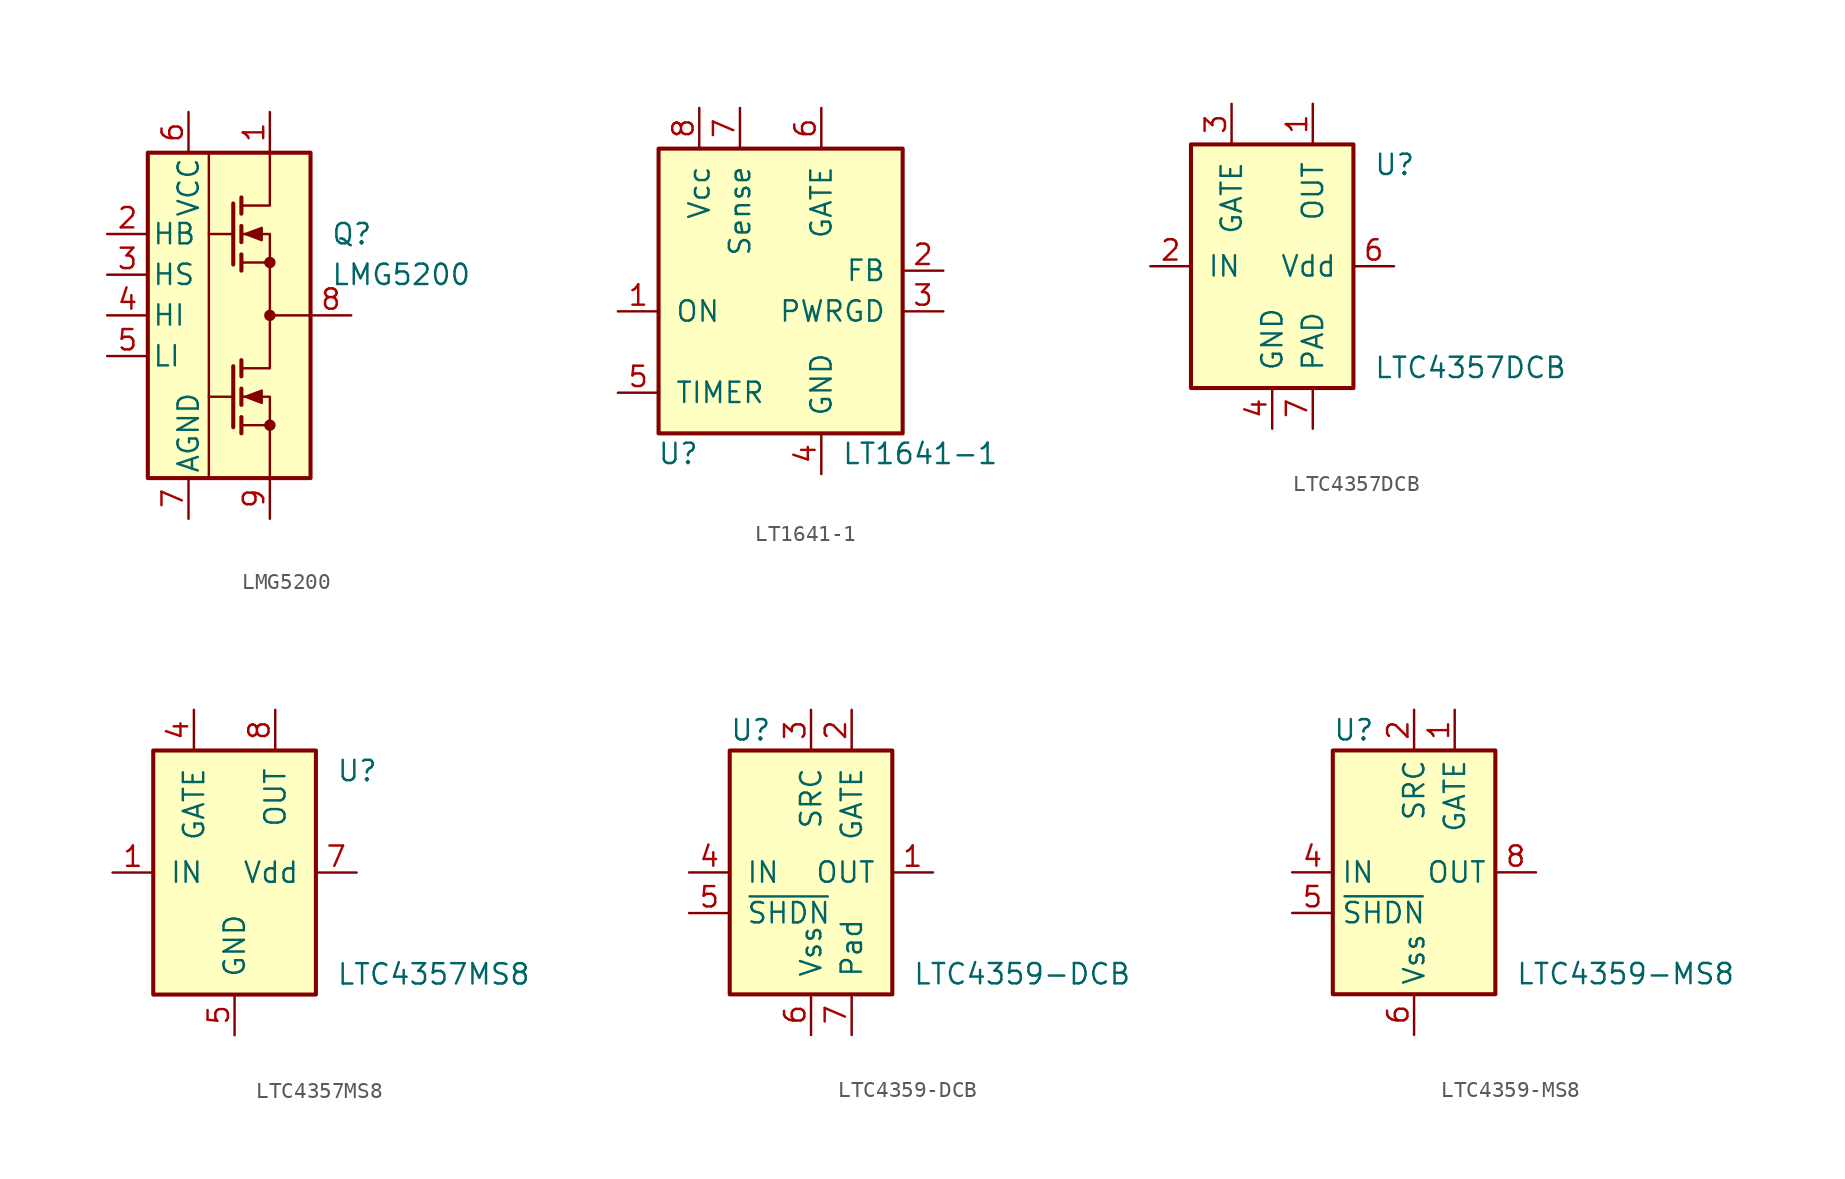
<source format=kicad_sym>
(kicad_symbol_lib
  (version 20241209)
  (generator "kicad_symbol_editor")
  (generator_version "9.0")
  (symbol "LMG5200"
    (pin_names
      (offset 0.254))
    (property "Reference" "Q"
      (at 6.35 5.08 0)
      (effects (font (size 1.27 1.27)) (justify left)))
    (property "Value" "LMG5200"
      (at 6.35 2.54 0)
      (effects (font (size 1.27 1.27)) (justify left)))
    (symbol "LMG5200_0_1"
      (rectangle (start -5.08 10.16) (end 5.08 -10.16) (stroke (width 0.254) (type default)) (fill (type background)))
      (polyline (pts (xy -1.27 10.16) (xy -1.27 -10.16)) (stroke (width 0) (type default)) (fill (type none)))
      (polyline (pts (xy -1.27 5.08) (xy 0.254 5.08)) (stroke (width 0) (type default)) (fill (type none)))
      (polyline (pts (xy -1.27 -5.08) (xy 0.254 -5.08)) (stroke (width 0) (type default)) (fill (type none)))
      (polyline (pts (xy 0.254 6.985) (xy 0.254 3.175) (xy 0.254 3.175)) (stroke (width 0.254) (type default)) (fill (type none)))
      (polyline (pts (xy 0.254 -3.175) (xy 0.254 -6.985) (xy 0.254 -6.985)) (stroke (width 0.254) (type default)) (fill (type none)))
      (polyline (pts (xy 0.762 7.366) (xy 0.762 6.35)) (stroke (width 0.254) (type default)) (fill (type none)))
      (polyline (pts (xy 0.762 6.858) (xy 2.54 6.858) (xy 2.54 10.16)) (stroke (width 0) (type default)) (fill (type none)))
      (polyline (pts (xy 0.762 5.588) (xy 0.762 4.572)) (stroke (width 0.254) (type default)) (fill (type none)))
      (polyline (pts (xy 0.762 5.08) (xy 2.54 5.08) (xy 2.54 -3.302) (xy 0.762 -3.302)) (stroke (width 0) (type default)) (fill (type none)))
      (polyline (pts (xy 0.762 3.81) (xy 0.762 2.794)) (stroke (width 0.254) (type default)) (fill (type none)))
      (polyline (pts (xy 0.762 3.302) (xy 2.54 3.302)) (stroke (width 0) (type default)) (fill (type none)))
      (polyline (pts (xy 0.762 -2.794) (xy 0.762 -3.81)) (stroke (width 0.254) (type default)) (fill (type none)))
      (polyline (pts (xy 0.762 -4.572) (xy 0.762 -5.588)) (stroke (width 0.254) (type default)) (fill (type none)))
      (polyline (pts (xy 0.762 -6.35) (xy 0.762 -7.366)) (stroke (width 0.254) (type default)) (fill (type none)))
      (polyline (pts (xy 0.762 -6.858) (xy 2.54 -6.858)) (stroke (width 0) (type default)) (fill (type none)))
      (polyline (pts (xy 1.016 5.08) (xy 2.032 5.461) (xy 2.032 4.699) (xy 1.016 5.08)) (stroke (width 0) (type default)) (fill (type outline)))
      (polyline (pts (xy 1.016 -5.08) (xy 2.032 -4.699) (xy 2.032 -5.461) (xy 1.016 -5.08)) (stroke (width 0) (type default)) (fill (type outline)))
      (circle (center 2.54 3.302) (radius 0.279) (stroke (width 0) (type default)) (fill (type outline)))
      (circle (center 2.54 0) (radius 0.279) (stroke (width 0) (type default)) (fill (type outline)))
      (circle (center 2.54 -6.858) (radius 0.279) (stroke (width 0) (type default)) (fill (type outline)))
      (polyline (pts (xy 2.54 -10.16) (xy 2.54 -5.08) (xy 0.762 -5.08)) (stroke (width 0) (type default)) (fill (type none)))
      (polyline (pts (xy 5.08 0) (xy 2.54 0)) (stroke (width 0) (type default)) (fill (type none))))
    (symbol "LMG5200_1_1"
      (pin passive line (at -7.62 5.08 0) (length 2.54) (name "HB" (effects (font (size 1.27 1.27)))) (number "2" (effects (font (size 1.27 1.27)))))
      (pin passive line (at -7.62 2.54 0) (length 2.54) (name "HS" (effects (font (size 1.27 1.27)))) (number "3" (effects (font (size 1.27 1.27)))))
      (pin input line (at -7.62 0 0) (length 2.54) (name "HI" (effects (font (size 1.27 1.27)))) (number "4" (effects (font (size 1.27 1.27)))))
      (pin input line (at -7.62 -2.54 0) (length 2.54) (name "LI" (effects (font (size 1.27 1.27)))) (number "5" (effects (font (size 1.27 1.27)))))
      (pin power_in line (at -2.54 12.7 270) (length 2.54) (name "VCC" (effects (font (size 1.27 1.27)))) (number "6" (effects (font (size 1.27 1.27)))))
      (pin power_in line (at -2.54 -12.7 90) (length 2.54) (name "AGND" (effects (font (size 1.27 1.27)))) (number "7" (effects (font (size 1.27 1.27)))))
      (pin passive line (at 2.54 12.7 270) (length 2.54) (name "~" (effects (font (size 1.27 1.27)))) (number "1" (effects (font (size 1.27 1.27)))))
      (pin passive line (at 2.54 -12.7 90) (length 2.54) (name "~" (effects (font (size 1.27 1.27)))) (number "9" (effects (font (size 1.27 1.27)))))
      (pin passive line (at 7.62 0 180) (length 2.54) (name "~" (effects (font (size 1.27 1.27)))) (number "8" (effects (font (size 1.27 1.27)))))))
  (symbol "LT1641-1"
    (pin_names
      (offset 1.016))
    (property "Reference" "U"
      (at -5.08 -11.43 0)
      (effects (font (size 1.27 1.27)) (justify right)))
    (property "Value" "LT1641-1"
      (at 3.81 -11.43 0)
      (effects (font (size 1.27 1.27)) (justify left)))
    (symbol "LT1641-1_0_1"
      (rectangle (start 7.62 7.62) (end -7.62 -10.16) (stroke (width 0.254) (type default)) (fill (type background))))
    (symbol "LT1641-1_1_0"
      (pin power_in line (at 2.54 -12.7 90) (length 2.54) (name "GND" (effects (font (size 1.27 1.27)))) (number "4" (effects (font (size 1.27 1.27))))))
    (symbol "LT1641-1_1_1"
      (pin input line (at -10.16 -2.54 0) (length 2.54) (name "ON" (effects (font (size 1.27 1.27)))) (number "1" (effects (font (size 1.27 1.27)))))
      (pin input line (at -10.16 -7.62 0) (length 2.54) (name "TIMER" (effects (font (size 1.27 1.27)))) (number "5" (effects (font (size 1.27 1.27)))))
      (pin power_in line (at -5.08 10.16 270) (length 2.54) (name "Vcc" (effects (font (size 1.27 1.27)))) (number "8" (effects (font (size 1.27 1.27)))))
      (pin input line (at -2.54 10.16 270) (length 2.54) (name "Sense" (effects (font (size 1.27 1.27)))) (number "7" (effects (font (size 1.27 1.27)))))
      (pin output line (at 2.54 10.16 270) (length 2.54) (name "GATE" (effects (font (size 1.27 1.27)))) (number "6" (effects (font (size 1.27 1.27)))))
      (pin input line (at 10.16 0 180) (length 2.54) (name "FB" (effects (font (size 1.27 1.27)))) (number "2" (effects (font (size 1.27 1.27)))))
      (pin open_collector line (at 10.16 -2.54 180) (length 2.54) (name "PWRGD" (effects (font (size 1.27 1.27)))) (number "3" (effects (font (size 1.27 1.27)))))))
  (symbol "LTC4357DCB"
    (pin_names
      (offset 1.016))
    (property "Reference" "U"
      (at 6.35 6.35 0)
      (effects (font (size 1.27 1.27)) (justify left)))
    (property "Value" "LTC4357DCB"
      (at 6.35 -6.35 0)
      (effects (font (size 1.27 1.27)) (justify left)))
    (symbol "LTC4357DCB_0_1"
      (rectangle (start -5.08 7.62) (end 5.08 -7.62) (stroke (width 0.254) (type default)) (fill (type background))))
    (symbol "LTC4357DCB_1_1"
      (pin input line (at -7.62 0 0) (length 2.54) (name "IN" (effects (font (size 1.27 1.27)))) (number "2" (effects (font (size 1.27 1.27)))))
      (pin no_connect line (at -5.08 -2.54 0) (length 2.54) (hide yes) (name "NC" (effects (font (size 1.27 1.27)))) (number "5" (effects (font (size 1.27 1.27)))))
      (pin output line (at -2.54 10.16 270) (length 2.54) (name "GATE" (effects (font (size 1.27 1.27)))) (number "3" (effects (font (size 1.27 1.27)))))
      (pin power_in line (at 0 -10.16 90) (length 2.54) (name "GND" (effects (font (size 1.27 1.27)))) (number "4" (effects (font (size 1.27 1.27)))))
      (pin input line (at 2.54 10.16 270) (length 2.54) (name "OUT" (effects (font (size 1.27 1.27)))) (number "1" (effects (font (size 1.27 1.27)))))
      (pin power_in line (at 2.54 -10.16 90) (length 2.54) (name "PAD" (effects (font (size 1.27 1.27)))) (number "7" (effects (font (size 1.27 1.27)))))
      (pin power_in line (at 7.62 0 180) (length 2.54) (name "Vdd" (effects (font (size 1.27 1.27)))) (number "6" (effects (font (size 1.27 1.27)))))))
  (symbol "LTC4357MS8"
    (pin_names
      (offset 1.016))
    (property "Reference" "U"
      (at 6.35 6.35 0)
      (effects (font (size 1.27 1.27)) (justify left)))
    (property "Value" "LTC4357MS8"
      (at 6.35 -6.35 0)
      (effects (font (size 1.27 1.27)) (justify left)))
    (symbol "LTC4357MS8_0_1"
      (rectangle (start -5.08 7.62) (end 5.08 -7.62) (stroke (width 0.254) (type default)) (fill (type background))))
    (symbol "LTC4357MS8_1_1"
      (pin input line (at -7.62 0 0) (length 2.54) (name "IN" (effects (font (size 1.27 1.27)))) (number "1" (effects (font (size 1.27 1.27)))))
      (pin no_connect line (at -5.08 -2.54 0) (length 2.54) (hide yes) (name "NC" (effects (font (size 1.27 1.27)))) (number "2" (effects (font (size 1.27 1.27)))))
      (pin no_connect line (at -5.08 -5.08 0) (length 2.54) (hide yes) (name "NC" (effects (font (size 1.27 1.27)))) (number "3" (effects (font (size 1.27 1.27)))))
      (pin output line (at -2.54 10.16 270) (length 2.54) (name "GATE" (effects (font (size 1.27 1.27)))) (number "4" (effects (font (size 1.27 1.27)))))
      (pin power_in line (at 0 -10.16 90) (length 2.54) (name "GND" (effects (font (size 1.27 1.27)))) (number "5" (effects (font (size 1.27 1.27)))))
      (pin input line (at 2.54 10.16 270) (length 2.54) (name "OUT" (effects (font (size 1.27 1.27)))) (number "8" (effects (font (size 1.27 1.27)))))
      (pin no_connect line (at 2.54 -7.62 90) (length 2.54) (hide yes) (name "NC" (effects (font (size 1.27 1.27)))) (number "6" (effects (font (size 1.27 1.27)))))
      (pin power_in line (at 7.62 0 180) (length 2.54) (name "Vdd" (effects (font (size 1.27 1.27)))) (number "7" (effects (font (size 1.27 1.27)))))))
  (symbol "LTC4359-DCB"
    (pin_names
      (offset 1.016))
    (property "Reference" "U"
      (at -5.08 8.89 0)
      (effects (font (size 1.27 1.27)) (justify left)))
    (property "Value" "LTC4359-DCB"
      (at 6.35 -6.35 0)
      (effects (font (size 1.27 1.27)) (justify left)))
    (symbol "LTC4359-DCB_0_1"
      (rectangle (start -5.08 7.62) (end 5.08 -7.62) (stroke (width 0.254) (type default)) (fill (type background))))
    (symbol "LTC4359-DCB_1_1"
      (pin power_in line (at -7.62 0 0) (length 2.54) (name "IN" (effects (font (size 1.27 1.27)))) (number "4" (effects (font (size 1.27 1.27)))))
      (pin input line (at -7.62 -2.54 0) (length 2.54) (name "~{SHDN}" (effects (font (size 1.27 1.27)))) (number "5" (effects (font (size 1.27 1.27)))))
      (pin input line (at 0 10.16 270) (length 2.54) (name "SRC" (effects (font (size 1.27 1.27)))) (number "3" (effects (font (size 1.27 1.27)))))
      (pin power_in line (at 0 -10.16 90) (length 2.54) (name "Vss" (effects (font (size 1.27 1.27)))) (number "6" (effects (font (size 1.27 1.27)))))
      (pin output line (at 2.54 10.16 270) (length 2.54) (name "GATE" (effects (font (size 1.27 1.27)))) (number "2" (effects (font (size 1.27 1.27)))))
      (pin power_in line (at 2.54 -10.16 90) (length 2.54) (name "Pad" (effects (font (size 1.27 1.27)))) (number "7" (effects (font (size 1.27 1.27)))))
      (pin input line (at 7.62 0 180) (length 2.54) (name "OUT" (effects (font (size 1.27 1.27)))) (number "1" (effects (font (size 1.27 1.27)))))))
  (symbol "LTC4359-MS8"
    (property "Reference" "U"
      (at -5.08 8.89 0)
      (effects (font (size 1.27 1.27)) (justify left)))
    (property "Value" "LTC4359-MS8"
      (at 6.35 -6.35 0)
      (effects (font (size 1.27 1.27)) (justify left)))
    (symbol "LTC4359-MS8_0_1"
      (rectangle (start -5.08 7.62) (end 5.08 -7.62) (stroke (width 0.254) (type default)) (fill (type background))))
    (symbol "LTC4359-MS8_1_1"
      (pin power_in line (at -7.62 0 0) (length 2.54) (name "IN" (effects (font (size 1.27 1.27)))) (number "4" (effects (font (size 1.27 1.27)))))
      (pin input line (at -7.62 -2.54 0) (length 2.54) (name "~{SHDN}" (effects (font (size 1.27 1.27)))) (number "5" (effects (font (size 1.27 1.27)))))
      (pin no_connect line (at -2.54 -7.62 90) (length 2.54) (hide yes) (name "NC" (effects (font (size 1.27 1.27)))) (number "3" (effects (font (size 1.27 1.27)))))
      (pin input line (at 0 10.16 270) (length 2.54) (name "SRC" (effects (font (size 1.27 1.27)))) (number "2" (effects (font (size 1.27 1.27)))))
      (pin power_in line (at 0 -10.16 90) (length 2.54) (name "Vss" (effects (font (size 1.27 1.27)))) (number "6" (effects (font (size 1.27 1.27)))))
      (pin output line (at 2.54 10.16 270) (length 2.54) (name "GATE" (effects (font (size 1.27 1.27)))) (number "1" (effects (font (size 1.27 1.27)))))
      (pin no_connect line (at 2.54 -7.62 90) (length 2.54) (hide yes) (name "NC" (effects (font (size 1.27 1.27)))) (number "7" (effects (font (size 1.27 1.27)))))
      (pin input line (at 7.62 0 180) (length 2.54) (name "OUT" (effects (font (size 1.27 1.27)))) (number "8" (effects (font (size 1.27 1.27))))))))
</source>
